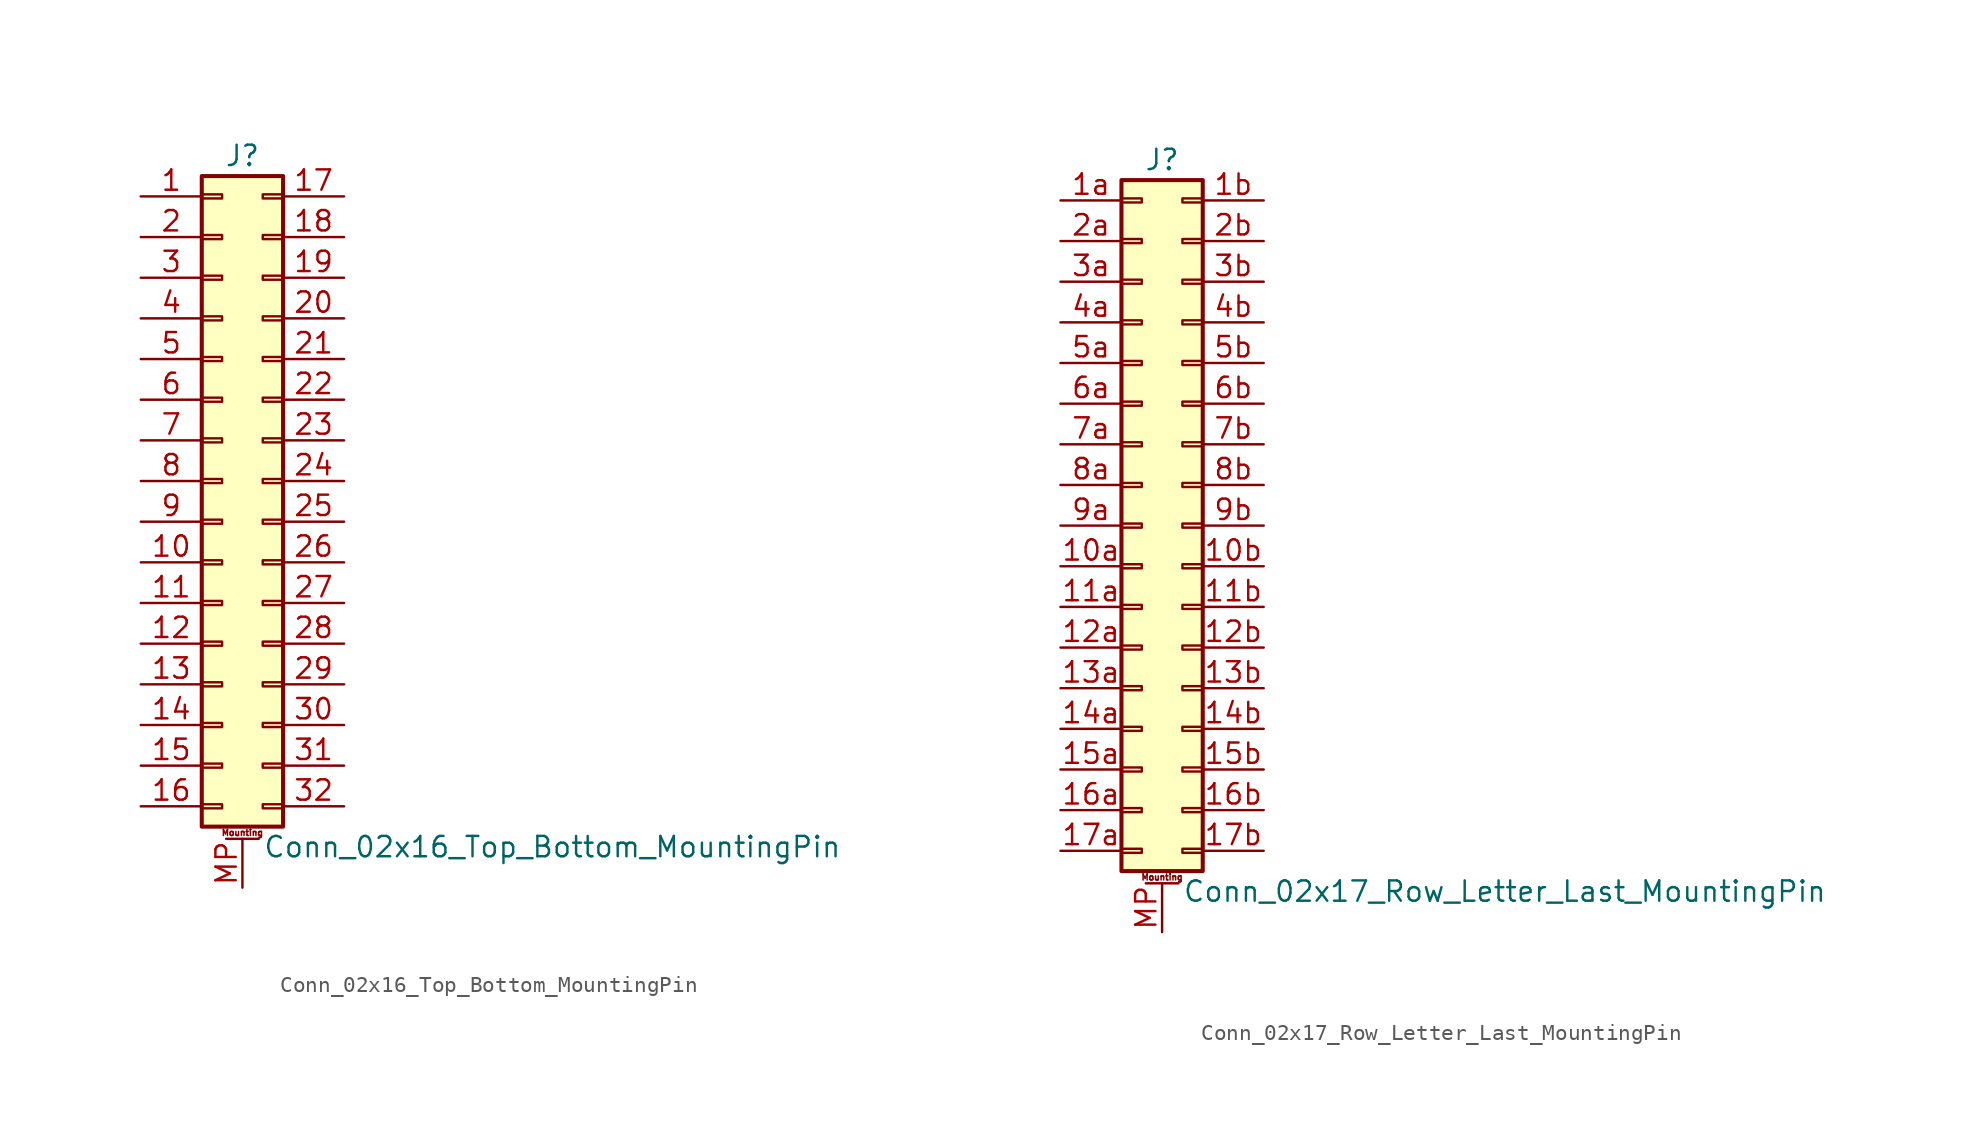
<source format=kicad_sym>
(kicad_symbol_lib
  (version 20201005)
  (generator kicad_symbol_editor)
  (symbol "Conn_02x16_Top_Bottom_MountingPin"
    (pin_names
      (offset 1.016) hide)
    (property "Reference" "J"
      (at 1.27 20.32 0)
      (effects (font (size 1.27 1.27))))
    (property "Value" "Conn_02x16_Top_Bottom_MountingPin"
      (at 2.54 -22.86 0)
      (effects (font (size 1.27 1.27)) (justify left)))
    (symbol "Conn_02x16_Top_Bottom_MountingPin_1_1"
      (text "Mounting" (at 1.27 -21.971 0) (effects (font (size 0.381 0.381))))
      (rectangle (start -1.27 -20.193) (end 0 -20.447) (stroke (width 0.152)) (fill (type none)))
      (rectangle (start -1.27 -17.653) (end 0 -17.907) (stroke (width 0.152)) (fill (type none)))
      (rectangle (start -1.27 -15.113) (end 0 -15.367) (stroke (width 0.152)) (fill (type none)))
      (rectangle (start -1.27 -12.573) (end 0 -12.827) (stroke (width 0.152)) (fill (type none)))
      (rectangle (start -1.27 -10.033) (end 0 -10.287) (stroke (width 0.152)) (fill (type none)))
      (rectangle (start -1.27 -7.493) (end 0 -7.747) (stroke (width 0.152)) (fill (type none)))
      (rectangle (start -1.27 -4.953) (end 0 -5.207) (stroke (width 0.152)) (fill (type none)))
      (rectangle (start -1.27 -2.413) (end 0 -2.667) (stroke (width 0.152)) (fill (type none)))
      (rectangle (start -1.27 0.127) (end 0 -0.127) (stroke (width 0.152)) (fill (type none)))
      (rectangle (start -1.27 2.667) (end 0 2.413) (stroke (width 0.152)) (fill (type none)))
      (rectangle (start -1.27 5.207) (end 0 4.953) (stroke (width 0.152)) (fill (type none)))
      (rectangle (start -1.27 7.747) (end 0 7.493) (stroke (width 0.152)) (fill (type none)))
      (rectangle (start -1.27 10.287) (end 0 10.033) (stroke (width 0.152)) (fill (type none)))
      (rectangle (start -1.27 12.827) (end 0 12.573) (stroke (width 0.152)) (fill (type none)))
      (rectangle (start -1.27 15.367) (end 0 15.113) (stroke (width 0.152)) (fill (type none)))
      (rectangle (start -1.27 17.907) (end 0 17.653) (stroke (width 0.152)) (fill (type none)))
      (rectangle (start -1.27 19.05) (end 3.81 -21.59) (stroke (width 0.254)) (fill (type background)))
      (rectangle (start 3.81 -20.193) (end 2.54 -20.447) (stroke (width 0.152)) (fill (type none)))
      (rectangle (start 3.81 -17.653) (end 2.54 -17.907) (stroke (width 0.152)) (fill (type none)))
      (rectangle (start 3.81 -15.113) (end 2.54 -15.367) (stroke (width 0.152)) (fill (type none)))
      (rectangle (start 3.81 -12.573) (end 2.54 -12.827) (stroke (width 0.152)) (fill (type none)))
      (rectangle (start 3.81 -10.033) (end 2.54 -10.287) (stroke (width 0.152)) (fill (type none)))
      (rectangle (start 3.81 -7.493) (end 2.54 -7.747) (stroke (width 0.152)) (fill (type none)))
      (rectangle (start 3.81 -4.953) (end 2.54 -5.207) (stroke (width 0.152)) (fill (type none)))
      (rectangle (start 3.81 -2.413) (end 2.54 -2.667) (stroke (width 0.152)) (fill (type none)))
      (rectangle (start 3.81 0.127) (end 2.54 -0.127) (stroke (width 0.152)) (fill (type none)))
      (rectangle (start 3.81 2.667) (end 2.54 2.413) (stroke (width 0.152)) (fill (type none)))
      (rectangle (start 3.81 5.207) (end 2.54 4.953) (stroke (width 0.152)) (fill (type none)))
      (rectangle (start 3.81 7.747) (end 2.54 7.493) (stroke (width 0.152)) (fill (type none)))
      (rectangle (start 3.81 10.287) (end 2.54 10.033) (stroke (width 0.152)) (fill (type none)))
      (rectangle (start 3.81 12.827) (end 2.54 12.573) (stroke (width 0.152)) (fill (type none)))
      (rectangle (start 3.81 15.367) (end 2.54 15.113) (stroke (width 0.152)) (fill (type none)))
      (rectangle (start 3.81 17.907) (end 2.54 17.653) (stroke (width 0.152)) (fill (type none)))
      (polyline (pts (xy 0.254 -22.352) (xy 2.286 -22.352)) (stroke (width 0.152)) (fill (type none)))
      (pin passive line (at -5.08 17.78 0) (length 3.81) (name "Pin_1" (effects (font (size 1.27 1.27)))) (number "1" (effects (font (size 1.27 1.27)))))
      (pin passive line (at -5.08 -5.08 0) (length 3.81) (name "Pin_10" (effects (font (size 1.27 1.27)))) (number "10" (effects (font (size 1.27 1.27)))))
      (pin passive line (at -5.08 -7.62 0) (length 3.81) (name "Pin_11" (effects (font (size 1.27 1.27)))) (number "11" (effects (font (size 1.27 1.27)))))
      (pin passive line (at -5.08 -10.16 0) (length 3.81) (name "Pin_12" (effects (font (size 1.27 1.27)))) (number "12" (effects (font (size 1.27 1.27)))))
      (pin passive line (at -5.08 -12.7 0) (length 3.81) (name "Pin_13" (effects (font (size 1.27 1.27)))) (number "13" (effects (font (size 1.27 1.27)))))
      (pin passive line (at -5.08 -15.24 0) (length 3.81) (name "Pin_14" (effects (font (size 1.27 1.27)))) (number "14" (effects (font (size 1.27 1.27)))))
      (pin passive line (at -5.08 -17.78 0) (length 3.81) (name "Pin_15" (effects (font (size 1.27 1.27)))) (number "15" (effects (font (size 1.27 1.27)))))
      (pin passive line (at -5.08 -20.32 0) (length 3.81) (name "Pin_16" (effects (font (size 1.27 1.27)))) (number "16" (effects (font (size 1.27 1.27)))))
      (pin passive line (at 7.62 17.78 180) (length 3.81) (name "Pin_17" (effects (font (size 1.27 1.27)))) (number "17" (effects (font (size 1.27 1.27)))))
      (pin passive line (at 7.62 15.24 180) (length 3.81) (name "Pin_18" (effects (font (size 1.27 1.27)))) (number "18" (effects (font (size 1.27 1.27)))))
      (pin passive line (at 7.62 12.7 180) (length 3.81) (name "Pin_19" (effects (font (size 1.27 1.27)))) (number "19" (effects (font (size 1.27 1.27)))))
      (pin passive line (at -5.08 15.24 0) (length 3.81) (name "Pin_2" (effects (font (size 1.27 1.27)))) (number "2" (effects (font (size 1.27 1.27)))))
      (pin passive line (at 7.62 10.16 180) (length 3.81) (name "Pin_20" (effects (font (size 1.27 1.27)))) (number "20" (effects (font (size 1.27 1.27)))))
      (pin passive line (at 7.62 7.62 180) (length 3.81) (name "Pin_21" (effects (font (size 1.27 1.27)))) (number "21" (effects (font (size 1.27 1.27)))))
      (pin passive line (at 7.62 5.08 180) (length 3.81) (name "Pin_22" (effects (font (size 1.27 1.27)))) (number "22" (effects (font (size 1.27 1.27)))))
      (pin passive line (at 7.62 2.54 180) (length 3.81) (name "Pin_23" (effects (font (size 1.27 1.27)))) (number "23" (effects (font (size 1.27 1.27)))))
      (pin passive line (at 7.62 0 180) (length 3.81) (name "Pin_24" (effects (font (size 1.27 1.27)))) (number "24" (effects (font (size 1.27 1.27)))))
      (pin passive line (at 7.62 -2.54 180) (length 3.81) (name "Pin_25" (effects (font (size 1.27 1.27)))) (number "25" (effects (font (size 1.27 1.27)))))
      (pin passive line (at 7.62 -5.08 180) (length 3.81) (name "Pin_26" (effects (font (size 1.27 1.27)))) (number "26" (effects (font (size 1.27 1.27)))))
      (pin passive line (at 7.62 -7.62 180) (length 3.81) (name "Pin_27" (effects (font (size 1.27 1.27)))) (number "27" (effects (font (size 1.27 1.27)))))
      (pin passive line (at 7.62 -10.16 180) (length 3.81) (name "Pin_28" (effects (font (size 1.27 1.27)))) (number "28" (effects (font (size 1.27 1.27)))))
      (pin passive line (at 7.62 -12.7 180) (length 3.81) (name "Pin_29" (effects (font (size 1.27 1.27)))) (number "29" (effects (font (size 1.27 1.27)))))
      (pin passive line (at -5.08 12.7 0) (length 3.81) (name "Pin_3" (effects (font (size 1.27 1.27)))) (number "3" (effects (font (size 1.27 1.27)))))
      (pin passive line (at 7.62 -15.24 180) (length 3.81) (name "Pin_30" (effects (font (size 1.27 1.27)))) (number "30" (effects (font (size 1.27 1.27)))))
      (pin passive line (at 7.62 -17.78 180) (length 3.81) (name "Pin_31" (effects (font (size 1.27 1.27)))) (number "31" (effects (font (size 1.27 1.27)))))
      (pin passive line (at 7.62 -20.32 180) (length 3.81) (name "Pin_32" (effects (font (size 1.27 1.27)))) (number "32" (effects (font (size 1.27 1.27)))))
      (pin passive line (at -5.08 10.16 0) (length 3.81) (name "Pin_4" (effects (font (size 1.27 1.27)))) (number "4" (effects (font (size 1.27 1.27)))))
      (pin passive line (at -5.08 7.62 0) (length 3.81) (name "Pin_5" (effects (font (size 1.27 1.27)))) (number "5" (effects (font (size 1.27 1.27)))))
      (pin passive line (at -5.08 5.08 0) (length 3.81) (name "Pin_6" (effects (font (size 1.27 1.27)))) (number "6" (effects (font (size 1.27 1.27)))))
      (pin passive line (at -5.08 2.54 0) (length 3.81) (name "Pin_7" (effects (font (size 1.27 1.27)))) (number "7" (effects (font (size 1.27 1.27)))))
      (pin passive line (at -5.08 0 0) (length 3.81) (name "Pin_8" (effects (font (size 1.27 1.27)))) (number "8" (effects (font (size 1.27 1.27)))))
      (pin passive line (at -5.08 -2.54 0) (length 3.81) (name "Pin_9" (effects (font (size 1.27 1.27)))) (number "9" (effects (font (size 1.27 1.27)))))
      (pin passive line (at 1.27 -25.4 90) (length 3.048) (name "MountPin" (effects (font (size 1.27 1.27)))) (number "MP" (effects (font (size 1.27 1.27)))))))
  (symbol "Conn_02x17_Row_Letter_Last_MountingPin"
    (pin_names
      (offset 1.016) hide)
    (property "Reference" "J"
      (at 1.27 22.86 0)
      (effects (font (size 1.27 1.27))))
    (property "Value" "Conn_02x17_Row_Letter_Last_MountingPin"
      (at 2.54 -22.86 0)
      (effects (font (size 1.27 1.27)) (justify left)))
    (symbol "Conn_02x17_Row_Letter_Last_MountingPin_1_1"
      (text "Mounting" (at 1.27 -21.971 0) (effects (font (size 0.381 0.381))))
      (rectangle (start -1.27 -20.193) (end 0 -20.447) (stroke (width 0.152)) (fill (type none)))
      (rectangle (start -1.27 -17.653) (end 0 -17.907) (stroke (width 0.152)) (fill (type none)))
      (rectangle (start -1.27 -15.113) (end 0 -15.367) (stroke (width 0.152)) (fill (type none)))
      (rectangle (start -1.27 -12.573) (end 0 -12.827) (stroke (width 0.152)) (fill (type none)))
      (rectangle (start -1.27 -10.033) (end 0 -10.287) (stroke (width 0.152)) (fill (type none)))
      (rectangle (start -1.27 -7.493) (end 0 -7.747) (stroke (width 0.152)) (fill (type none)))
      (rectangle (start -1.27 -4.953) (end 0 -5.207) (stroke (width 0.152)) (fill (type none)))
      (rectangle (start -1.27 -2.413) (end 0 -2.667) (stroke (width 0.152)) (fill (type none)))
      (rectangle (start -1.27 0.127) (end 0 -0.127) (stroke (width 0.152)) (fill (type none)))
      (rectangle (start -1.27 2.667) (end 0 2.413) (stroke (width 0.152)) (fill (type none)))
      (rectangle (start -1.27 5.207) (end 0 4.953) (stroke (width 0.152)) (fill (type none)))
      (rectangle (start -1.27 7.747) (end 0 7.493) (stroke (width 0.152)) (fill (type none)))
      (rectangle (start -1.27 10.287) (end 0 10.033) (stroke (width 0.152)) (fill (type none)))
      (rectangle (start -1.27 12.827) (end 0 12.573) (stroke (width 0.152)) (fill (type none)))
      (rectangle (start -1.27 15.367) (end 0 15.113) (stroke (width 0.152)) (fill (type none)))
      (rectangle (start -1.27 17.907) (end 0 17.653) (stroke (width 0.152)) (fill (type none)))
      (rectangle (start -1.27 20.447) (end 0 20.193) (stroke (width 0.152)) (fill (type none)))
      (rectangle (start -1.27 21.59) (end 3.81 -21.59) (stroke (width 0.254)) (fill (type background)))
      (rectangle (start 3.81 -20.193) (end 2.54 -20.447) (stroke (width 0.152)) (fill (type none)))
      (rectangle (start 3.81 -17.653) (end 2.54 -17.907) (stroke (width 0.152)) (fill (type none)))
      (rectangle (start 3.81 -15.113) (end 2.54 -15.367) (stroke (width 0.152)) (fill (type none)))
      (rectangle (start 3.81 -12.573) (end 2.54 -12.827) (stroke (width 0.152)) (fill (type none)))
      (rectangle (start 3.81 -10.033) (end 2.54 -10.287) (stroke (width 0.152)) (fill (type none)))
      (rectangle (start 3.81 -7.493) (end 2.54 -7.747) (stroke (width 0.152)) (fill (type none)))
      (rectangle (start 3.81 -4.953) (end 2.54 -5.207) (stroke (width 0.152)) (fill (type none)))
      (rectangle (start 3.81 -2.413) (end 2.54 -2.667) (stroke (width 0.152)) (fill (type none)))
      (rectangle (start 3.81 0.127) (end 2.54 -0.127) (stroke (width 0.152)) (fill (type none)))
      (rectangle (start 3.81 2.667) (end 2.54 2.413) (stroke (width 0.152)) (fill (type none)))
      (rectangle (start 3.81 5.207) (end 2.54 4.953) (stroke (width 0.152)) (fill (type none)))
      (rectangle (start 3.81 7.747) (end 2.54 7.493) (stroke (width 0.152)) (fill (type none)))
      (rectangle (start 3.81 10.287) (end 2.54 10.033) (stroke (width 0.152)) (fill (type none)))
      (rectangle (start 3.81 12.827) (end 2.54 12.573) (stroke (width 0.152)) (fill (type none)))
      (rectangle (start 3.81 15.367) (end 2.54 15.113) (stroke (width 0.152)) (fill (type none)))
      (rectangle (start 3.81 17.907) (end 2.54 17.653) (stroke (width 0.152)) (fill (type none)))
      (rectangle (start 3.81 20.447) (end 2.54 20.193) (stroke (width 0.152)) (fill (type none)))
      (polyline (pts (xy 0.254 -22.352) (xy 2.286 -22.352)) (stroke (width 0.152)) (fill (type none)))
      (pin passive line (at -5.08 -2.54 0) (length 3.81) (name "Pin_10a" (effects (font (size 1.27 1.27)))) (number "10a" (effects (font (size 1.27 1.27)))))
      (pin passive line (at 7.62 -2.54 180) (length 3.81) (name "Pin_10b" (effects (font (size 1.27 1.27)))) (number "10b" (effects (font (size 1.27 1.27)))))
      (pin passive line (at -5.08 -5.08 0) (length 3.81) (name "Pin_11a" (effects (font (size 1.27 1.27)))) (number "11a" (effects (font (size 1.27 1.27)))))
      (pin passive line (at 7.62 -5.08 180) (length 3.81) (name "Pin_11b" (effects (font (size 1.27 1.27)))) (number "11b" (effects (font (size 1.27 1.27)))))
      (pin passive line (at -5.08 -7.62 0) (length 3.81) (name "Pin_12a" (effects (font (size 1.27 1.27)))) (number "12a" (effects (font (size 1.27 1.27)))))
      (pin passive line (at 7.62 -7.62 180) (length 3.81) (name "Pin_12b" (effects (font (size 1.27 1.27)))) (number "12b" (effects (font (size 1.27 1.27)))))
      (pin passive line (at -5.08 -10.16 0) (length 3.81) (name "Pin_13a" (effects (font (size 1.27 1.27)))) (number "13a" (effects (font (size 1.27 1.27)))))
      (pin passive line (at 7.62 -10.16 180) (length 3.81) (name "Pin_13b" (effects (font (size 1.27 1.27)))) (number "13b" (effects (font (size 1.27 1.27)))))
      (pin passive line (at -5.08 -12.7 0) (length 3.81) (name "Pin_14a" (effects (font (size 1.27 1.27)))) (number "14a" (effects (font (size 1.27 1.27)))))
      (pin passive line (at 7.62 -12.7 180) (length 3.81) (name "Pin_14b" (effects (font (size 1.27 1.27)))) (number "14b" (effects (font (size 1.27 1.27)))))
      (pin passive line (at -5.08 -15.24 0) (length 3.81) (name "Pin_15a" (effects (font (size 1.27 1.27)))) (number "15a" (effects (font (size 1.27 1.27)))))
      (pin passive line (at 7.62 -15.24 180) (length 3.81) (name "Pin_15b" (effects (font (size 1.27 1.27)))) (number "15b" (effects (font (size 1.27 1.27)))))
      (pin passive line (at -5.08 -17.78 0) (length 3.81) (name "Pin_16a" (effects (font (size 1.27 1.27)))) (number "16a" (effects (font (size 1.27 1.27)))))
      (pin passive line (at 7.62 -17.78 180) (length 3.81) (name "Pin_16b" (effects (font (size 1.27 1.27)))) (number "16b" (effects (font (size 1.27 1.27)))))
      (pin passive line (at -5.08 -20.32 0) (length 3.81) (name "Pin_17a" (effects (font (size 1.27 1.27)))) (number "17a" (effects (font (size 1.27 1.27)))))
      (pin passive line (at 7.62 -20.32 180) (length 3.81) (name "Pin_17b" (effects (font (size 1.27 1.27)))) (number "17b" (effects (font (size 1.27 1.27)))))
      (pin passive line (at -5.08 20.32 0) (length 3.81) (name "Pin_1a" (effects (font (size 1.27 1.27)))) (number "1a" (effects (font (size 1.27 1.27)))))
      (pin passive line (at 7.62 20.32 180) (length 3.81) (name "Pin_1b" (effects (font (size 1.27 1.27)))) (number "1b" (effects (font (size 1.27 1.27)))))
      (pin passive line (at -5.08 17.78 0) (length 3.81) (name "Pin_2a" (effects (font (size 1.27 1.27)))) (number "2a" (effects (font (size 1.27 1.27)))))
      (pin passive line (at 7.62 17.78 180) (length 3.81) (name "Pin_2b" (effects (font (size 1.27 1.27)))) (number "2b" (effects (font (size 1.27 1.27)))))
      (pin passive line (at -5.08 15.24 0) (length 3.81) (name "Pin_3a" (effects (font (size 1.27 1.27)))) (number "3a" (effects (font (size 1.27 1.27)))))
      (pin passive line (at 7.62 15.24 180) (length 3.81) (name "Pin_3b" (effects (font (size 1.27 1.27)))) (number "3b" (effects (font (size 1.27 1.27)))))
      (pin passive line (at -5.08 12.7 0) (length 3.81) (name "Pin_4a" (effects (font (size 1.27 1.27)))) (number "4a" (effects (font (size 1.27 1.27)))))
      (pin passive line (at 7.62 12.7 180) (length 3.81) (name "Pin_4b" (effects (font (size 1.27 1.27)))) (number "4b" (effects (font (size 1.27 1.27)))))
      (pin passive line (at -5.08 10.16 0) (length 3.81) (name "Pin_5a" (effects (font (size 1.27 1.27)))) (number "5a" (effects (font (size 1.27 1.27)))))
      (pin passive line (at 7.62 10.16 180) (length 3.81) (name "Pin_5b" (effects (font (size 1.27 1.27)))) (number "5b" (effects (font (size 1.27 1.27)))))
      (pin passive line (at -5.08 7.62 0) (length 3.81) (name "Pin_6a" (effects (font (size 1.27 1.27)))) (number "6a" (effects (font (size 1.27 1.27)))))
      (pin passive line (at 7.62 7.62 180) (length 3.81) (name "Pin_6b" (effects (font (size 1.27 1.27)))) (number "6b" (effects (font (size 1.27 1.27)))))
      (pin passive line (at -5.08 5.08 0) (length 3.81) (name "Pin_7a" (effects (font (size 1.27 1.27)))) (number "7a" (effects (font (size 1.27 1.27)))))
      (pin passive line (at 7.62 5.08 180) (length 3.81) (name "Pin_7b" (effects (font (size 1.27 1.27)))) (number "7b" (effects (font (size 1.27 1.27)))))
      (pin passive line (at -5.08 2.54 0) (length 3.81) (name "Pin_8a" (effects (font (size 1.27 1.27)))) (number "8a" (effects (font (size 1.27 1.27)))))
      (pin passive line (at 7.62 2.54 180) (length 3.81) (name "Pin_8b" (effects (font (size 1.27 1.27)))) (number "8b" (effects (font (size 1.27 1.27)))))
      (pin passive line (at -5.08 0 0) (length 3.81) (name "Pin_9a" (effects (font (size 1.27 1.27)))) (number "9a" (effects (font (size 1.27 1.27)))))
      (pin passive line (at 7.62 0 180) (length 3.81) (name "Pin_9b" (effects (font (size 1.27 1.27)))) (number "9b" (effects (font (size 1.27 1.27)))))
      (pin passive line (at 1.27 -25.4 90) (length 3.048) (name "MountPin" (effects (font (size 1.27 1.27)))) (number "MP" (effects (font (size 1.27 1.27))))))))
</source>
